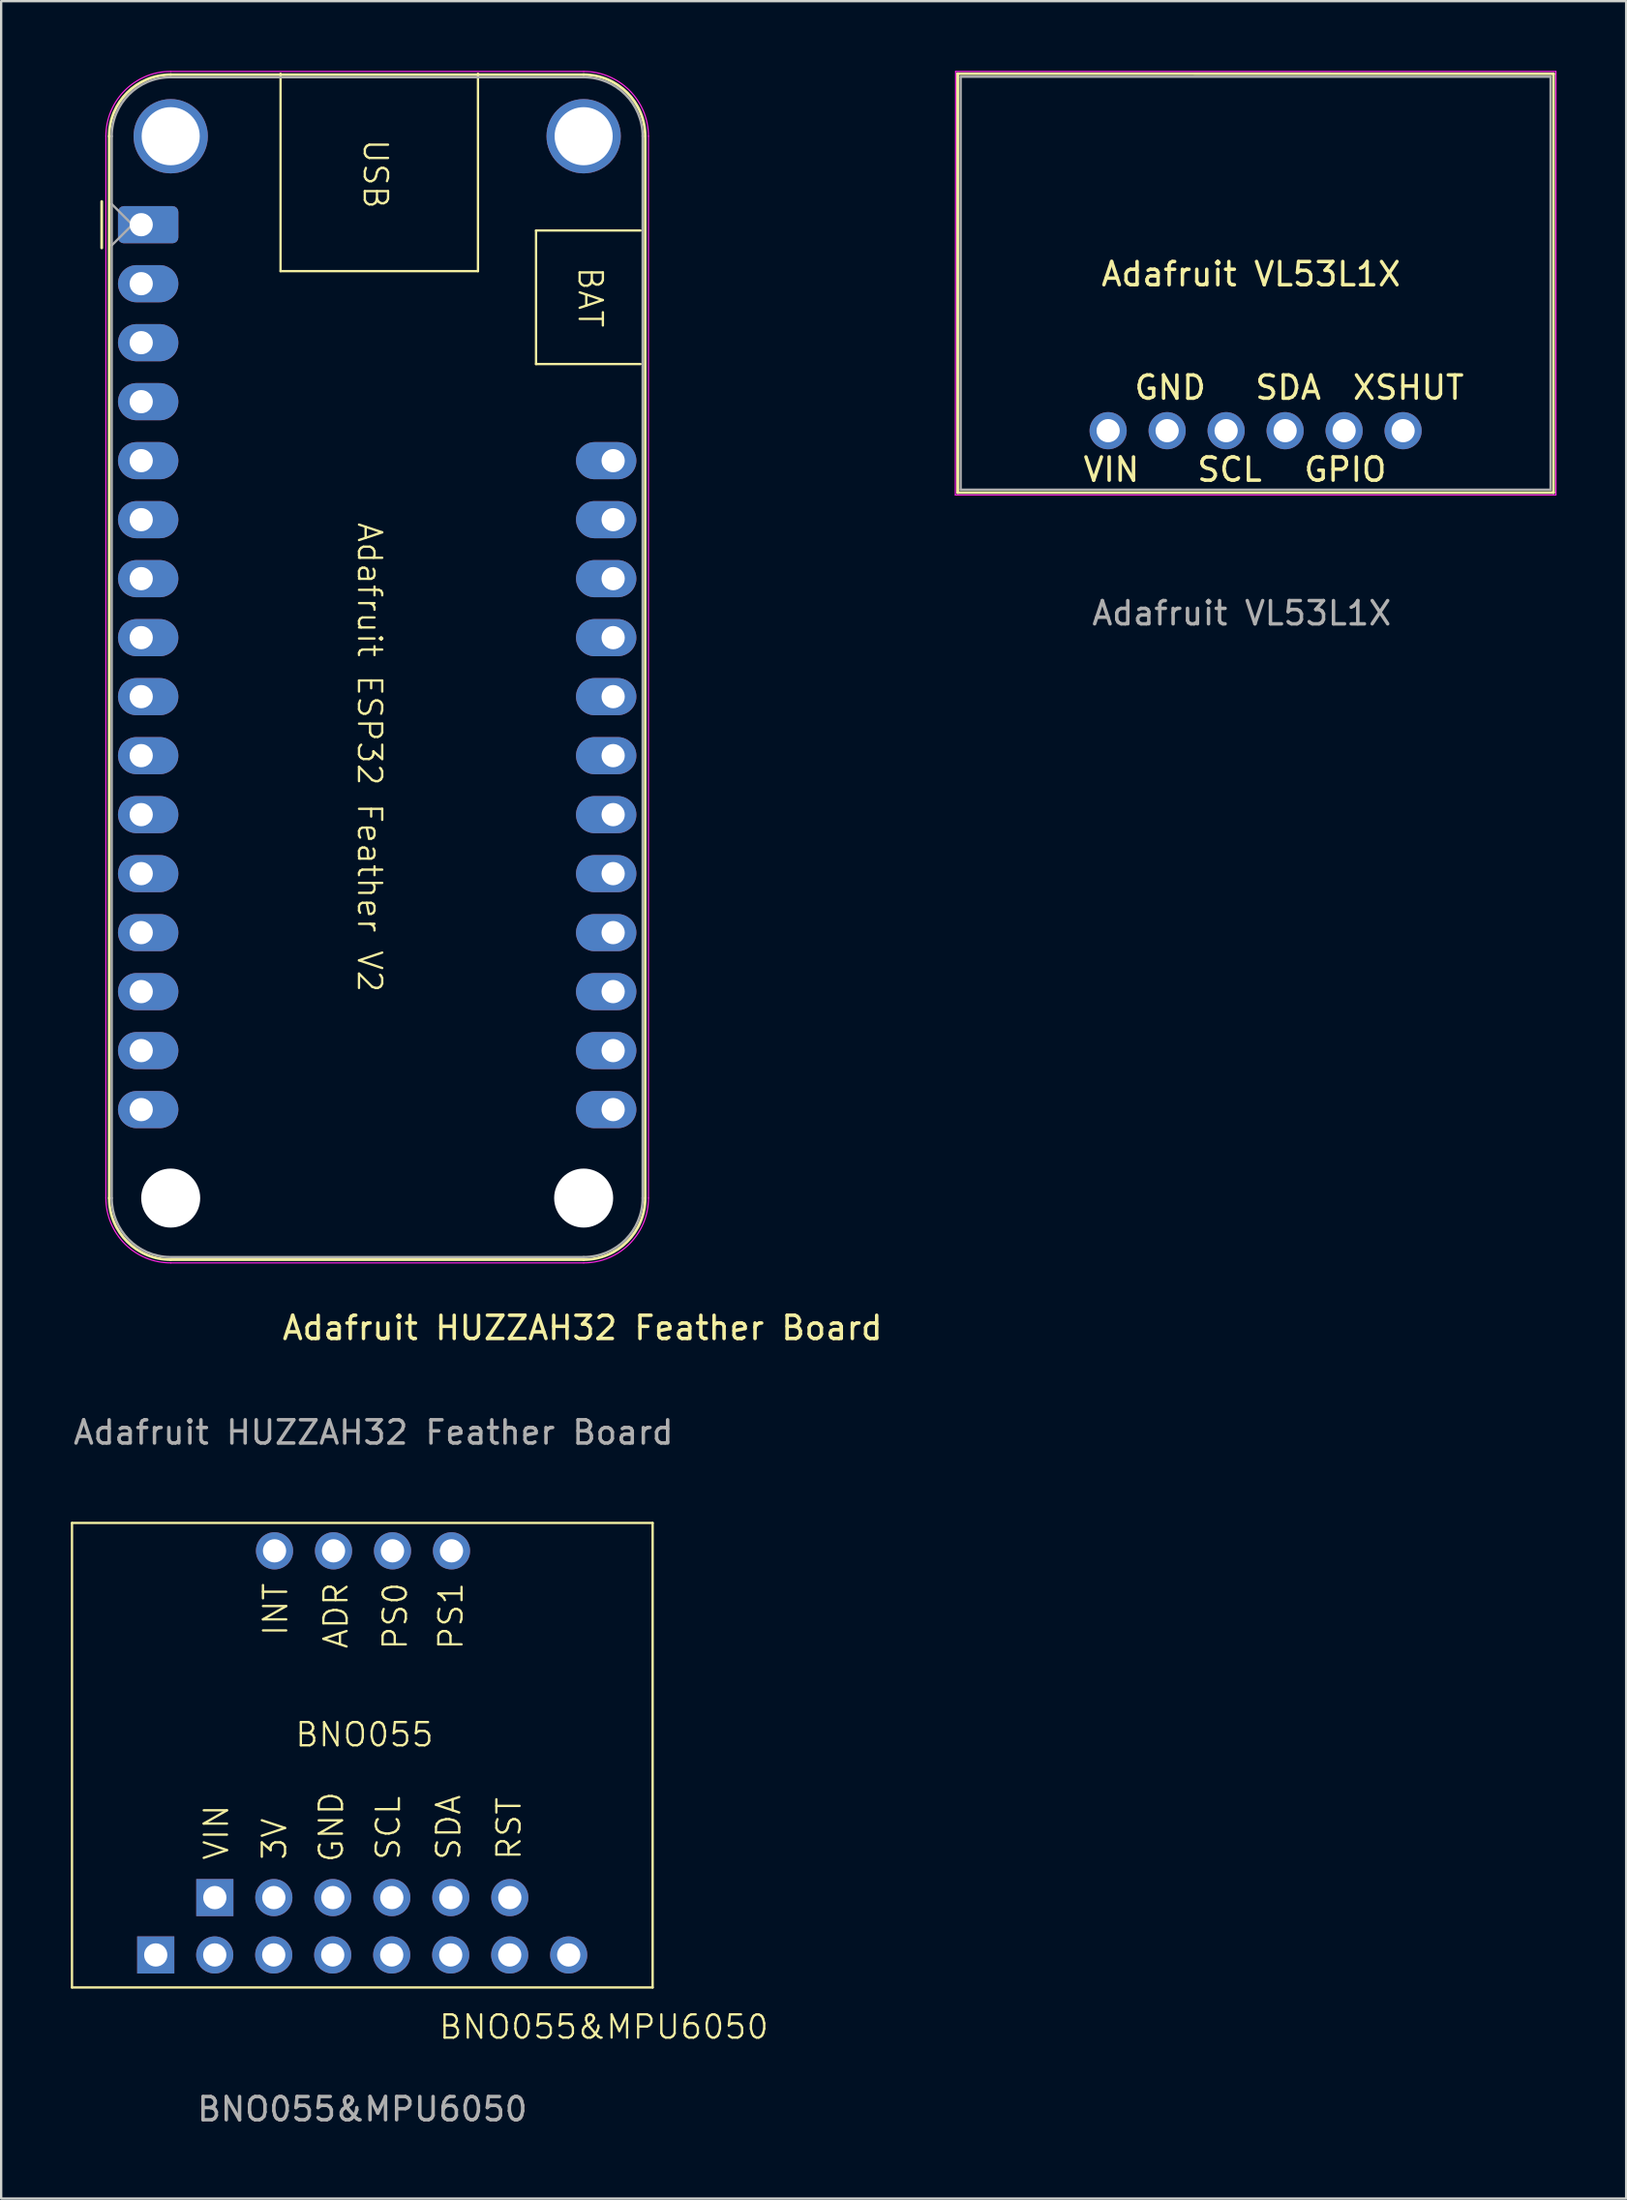
<source format=kicad_pcb>
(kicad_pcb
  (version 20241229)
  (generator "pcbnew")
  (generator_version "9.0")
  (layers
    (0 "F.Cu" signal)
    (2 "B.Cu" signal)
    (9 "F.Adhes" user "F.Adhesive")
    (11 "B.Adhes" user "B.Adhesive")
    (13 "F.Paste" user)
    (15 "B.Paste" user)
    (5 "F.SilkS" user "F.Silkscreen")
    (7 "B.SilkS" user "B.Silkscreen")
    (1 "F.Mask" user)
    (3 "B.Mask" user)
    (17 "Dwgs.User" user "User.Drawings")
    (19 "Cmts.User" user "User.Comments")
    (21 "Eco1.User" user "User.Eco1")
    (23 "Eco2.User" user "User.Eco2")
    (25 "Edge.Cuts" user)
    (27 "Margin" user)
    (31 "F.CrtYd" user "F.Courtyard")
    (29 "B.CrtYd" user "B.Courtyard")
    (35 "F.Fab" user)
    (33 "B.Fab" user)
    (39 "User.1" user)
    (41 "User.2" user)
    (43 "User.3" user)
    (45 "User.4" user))
  (footprint "Adafruit HUZZAH32 Feather Board"
    (layer "F.Cu")
    (at 3.03 6.625)
    (property "Reference" "Adafruit HUZZAH32 Feather Board" (at 19 47.5 0) (layer "F.SilkS") (effects (font (size 1 1) (thickness 0.15))))
    (attr through_hole)
    (fp_line (start -1.7 1) (end -1.7 -1) (stroke (width 0.12) (type solid)) (layer "F.SilkS"))
    (fp_line (start -1.38 -3.81) (end -1.38 41.91) (stroke (width 0.12) (type solid)) (layer "F.SilkS"))
    (fp_line (start 6 -6.5) (end 6 2) (stroke (width 0.1) (type default)) (layer "F.SilkS"))
    (fp_line (start 6 2) (end 14.5 2) (stroke (width 0.1) (type default)) (layer "F.SilkS"))
    (fp_line (start 14.5 2) (end 14.5 -6.5) (stroke (width 0.1) (type default)) (layer "F.SilkS"))
    (fp_line (start 17 0.25) (end 21.5 0.25) (stroke (width 0.1) (type default)) (layer "F.SilkS"))
    (fp_line (start 17 6) (end 17 0.25) (stroke (width 0.1) (type default)) (layer "F.SilkS"))
    (fp_line (start 19.05 -6.46) (end 1.27 -6.46) (stroke (width 0.12) (type solid)) (layer "F.SilkS"))
    (fp_line (start 19.05 44.56) (end 1.27 44.56) (stroke (width 0.12) (type solid)) (layer "F.SilkS"))
    (fp_line (start 21.5 6) (end 17 6) (stroke (width 0.1) (type default)) (layer "F.SilkS"))
    (fp_line (start 21.7 -3.81) (end 21.7 41.91) (stroke (width 0.12) (type solid)) (layer "F.SilkS"))
    (fp_arc (start -1.38 -3.81) (mid -0.603833 -5.683833) (end 1.27 -6.46) (stroke (width 0.12) (type solid)) (layer "F.SilkS"))
    (fp_arc (start 1.27 44.56) (mid -0.603833 43.783833) (end -1.38 41.91) (stroke (width 0.12) (type solid)) (layer "F.SilkS"))
    (fp_arc (start 19.05 -6.46) (mid 20.923833 -5.683833) (end 21.7 -3.81) (stroke (width 0.12) (type solid)) (layer "F.SilkS"))
    (fp_arc (start 21.7 41.91) (mid 20.923833 43.783833) (end 19.05 44.56) (stroke (width 0.12) (type solid)) (layer "F.SilkS"))
    (fp_line (start -1.52 41.91) (end -1.52 -3.81) (stroke (width 0.05) (type solid)) (layer "F.CrtYd"))
    (fp_line (start 19.05 -6.6) (end 1.27 -6.6) (stroke (width 0.05) (type solid)) (layer "F.CrtYd"))
    (fp_line (start 19.05 44.7) (end 1.27 44.7) (stroke (width 0.05) (type solid)) (layer "F.CrtYd"))
    (fp_line (start 21.84 41.91) (end 21.84 -3.81) (stroke (width 0.05) (type solid)) (layer "F.CrtYd"))
    (fp_arc (start -1.52 -3.81) (mid -0.702828 -5.782828) (end 1.27 -6.6) (stroke (width 0.05) (type solid)) (layer "F.CrtYd"))
    (fp_arc (start 1.27 44.7) (mid -0.702828 43.882828) (end -1.52 41.91) (stroke (width 0.05) (type solid)) (layer "F.CrtYd"))
    (fp_arc (start 19.05 -6.6) (mid 21.022828 -5.782828) (end 21.84 -3.81) (stroke (width 0.05) (type solid)) (layer "F.CrtYd"))
    (fp_arc (start 21.84 41.91) (mid 21.022828 43.882828) (end 19.05 44.7) (stroke (width 0.05) (type solid)) (layer "F.CrtYd"))
    (fp_line (start -1.27 -3.81) (end -1.27 41.91) (stroke (width 0.1) (type solid)) (layer "F.Fab"))
    (fp_line (start -1.27 -0.889) (end -0.381 0) (stroke (width 0.1) (type solid)) (layer "F.Fab"))
    (fp_line (start -0.381 0) (end -1.27 0.889) (stroke (width 0.1) (type solid)) (layer "F.Fab"))
    (fp_line (start 1.27 44.45) (end 19.05 44.45) (stroke (width 0.1) (type solid)) (layer "F.Fab"))
    (fp_line (start 19.05 -6.35) (end 1.27 -6.35) (stroke (width 0.1) (type solid)) (layer "F.Fab"))
    (fp_line (start 21.59 41.91) (end 21.59 -3.81) (stroke (width 0.1) (type solid)) (layer "F.Fab"))
    (fp_arc (start -1.27 -3.81) (mid -0.526051 -5.606051) (end 1.27 -6.35) (stroke (width 0.1) (type solid)) (layer "F.Fab"))
    (fp_arc (start 1.221238 44.449532) (mid -0.543209 43.688728) (end -1.27 41.91) (stroke (width 0.1) (type solid)) (layer "F.Fab"))
    (fp_arc (start 19.05 -6.35) (mid 20.846051 -5.606051) (end 21.59 -3.81) (stroke (width 0.1) (type solid)) (layer "F.Fab"))
    (fp_arc (start 21.59 41.91) (mid 20.846051 43.706051) (end 19.05 44.45) (stroke (width 0.1) (type solid)) (layer "F.Fab"))
    (fp_text user "Adafruit ESP32 Feather V2" (at 9.25 12.75 270) (unlocked yes) (layer "F.SilkS") (effects (font (size 1 1) (thickness 0.1)) (justify left bottom)))
    (fp_text user "USB" (at 9.5 -3.75 270) (unlocked yes) (layer "F.SilkS") (effects (font (size 1 1) (thickness 0.1)) (justify left bottom)))
    (fp_text user "BAT" (at 18.75 1.75 270) (unlocked yes) (layer "F.SilkS") (effects (font (size 1 1) (thickness 0.1)) (justify left bottom)))
    (fp_text user "${REFERENCE}" (at 10 52 0) (layer "F.Fab") (effects (font (size 1 1) (thickness 0.15))))
    (pad "" np_thru_hole circle (at 1.27 -3.81 270) (size 3.2 3.2) (drill 2.5) (layers "*.Cu" "*.Mask"))
    (pad "" np_thru_hole circle (at 1.27 41.91 270) (size 2.54 2.54) (drill 2.54) (layers "*.Cu" "*.Mask"))
    (pad "" np_thru_hole circle (at 19.05 -3.81 270) (size 3.2 3.2) (drill 2.5) (layers "*.Cu" "*.Mask"))
    (pad "" np_thru_hole circle (at 19.05 41.91 270) (size 2.54 2.54) (drill 2.54) (layers "*.Cu" "*.Mask"))
    (pad "1" thru_hole roundrect (at 0 0) (size 2.6 1.6) (drill 1 (offset 0.3 0)) (layers "*.Cu" "*.Mask") (roundrect_rratio 0.156))
    (pad "2" thru_hole oval (at 0 2.54) (size 2.6 1.6) (drill 1 (offset 0.3 0)) (layers "*.Cu" "*.Mask"))
    (pad "3" thru_hole oval (at 0 5.08) (size 2.6 1.6) (drill 1 (offset 0.3 0)) (layers "*.Cu" "*.Mask"))
    (pad "4" thru_hole oval (at 0 7.62) (size 2.6 1.6) (drill 1 (offset 0.3 0)) (layers "*.Cu" "*.Mask"))
    (pad "5" thru_hole oval (at 0 10.16) (size 2.6 1.6) (drill 1 (offset 0.3 0)) (layers "*.Cu" "*.Mask"))
    (pad "6" thru_hole oval (at 0 12.7) (size 2.6 1.6) (drill 1 (offset 0.3 0)) (layers "*.Cu" "*.Mask"))
    (pad "7" thru_hole oval (at 0 15.24) (size 2.6 1.6) (drill 1 (offset 0.3 0)) (layers "*.Cu" "*.Mask"))
    (pad "8" thru_hole oval (at 0 17.78) (size 2.6 1.6) (drill 1 (offset 0.3 0)) (layers "*.Cu" "*.Mask"))
    (pad "9" thru_hole oval (at 0 20.32) (size 2.6 1.6) (drill 1 (offset 0.3 0)) (layers "*.Cu" "*.Mask"))
    (pad "10" thru_hole oval (at 0 22.86) (size 2.6 1.6) (drill 1 (offset 0.3 0)) (layers "*.Cu" "*.Mask"))
    (pad "11" thru_hole oval (at 0 25.4) (size 2.6 1.6) (drill 1 (offset 0.3 0)) (layers "*.Cu" "*.Mask"))
    (pad "12" thru_hole oval (at 0 27.94) (size 2.6 1.6) (drill 1 (offset 0.3 0)) (layers "*.Cu" "*.Mask"))
    (pad "13" thru_hole oval (at 0 30.48) (size 2.6 1.6) (drill 1 (offset 0.3 0)) (layers "*.Cu" "*.Mask"))
    (pad "14" thru_hole oval (at 0 33.02) (size 2.6 1.6) (drill 1 (offset 0.3 0)) (layers "*.Cu" "*.Mask"))
    (pad "15" thru_hole oval (at 0 35.56) (size 2.6 1.6) (drill 1 (offset 0.3 0)) (layers "*.Cu" "*.Mask"))
    (pad "16" thru_hole oval (at 0 38.1) (size 2.6 1.6) (drill 1 (offset 0.3 0)) (layers "*.Cu" "*.Mask"))
    (pad "17" thru_hole oval (at 20.32 38.1 180) (size 2.6 1.6) (drill 1 (offset 0.3 0)) (layers "*.Cu" "*.Mask"))
    (pad "18" thru_hole oval (at 20.32 35.56 180) (size 2.6 1.6) (drill 1 (offset 0.3 0)) (layers "*.Cu" "*.Mask"))
    (pad "19" thru_hole oval (at 20.32 33.02 180) (size 2.6 1.6) (drill 1 (offset 0.3 0)) (layers "*.Cu" "*.Mask"))
    (pad "20" thru_hole oval (at 20.32 30.48 180) (size 2.6 1.6) (drill 1 (offset 0.3 0)) (layers "*.Cu" "*.Mask"))
    (pad "21" thru_hole oval (at 20.32 27.94 180) (size 2.6 1.6) (drill 1 (offset 0.3 0)) (layers "*.Cu" "*.Mask"))
    (pad "22" thru_hole oval (at 20.32 25.4 180) (size 2.6 1.6) (drill 1 (offset 0.3 0)) (layers "*.Cu" "*.Mask"))
    (pad "23" thru_hole oval (at 20.32 22.86 180) (size 2.6 1.6) (drill 1 (offset 0.3 0)) (layers "*.Cu" "*.Mask"))
    (pad "24" thru_hole oval (at 20.32 20.32 180) (size 2.6 1.6) (drill 1 (offset 0.3 0)) (layers "*.Cu" "*.Mask"))
    (pad "25" thru_hole oval (at 20.32 17.78 180) (size 2.6 1.6) (drill 1 (offset 0.3 0)) (layers "*.Cu" "*.Mask"))
    (pad "26" thru_hole oval (at 20.32 15.24 180) (size 2.6 1.6) (drill 1 (offset 0.3 0)) (layers "*.Cu" "*.Mask"))
    (pad "27" thru_hole oval (at 20.32 12.7 180) (size 2.6 1.6) (drill 1 (offset 0.3 0)) (layers "*.Cu" "*.Mask"))
    (pad "28" thru_hole oval (at 20.32 10.16 180) (size 2.6 1.6) (drill 1 (offset 0.3 0)) (layers "*.Cu" "*.Mask")))
  (footprint "BNO055&MPU6050"
    (layer "F.Cu")
    (at 12.55 72.523)
    (property "Reference" "BNO055&MPU6050" (at 10.4 11.7 0) (unlocked yes) (layer "F.SilkS") (effects (font (size 1 1) (thickness 0.1))))
    (attr through_hole)
    (fp_line (start -12.5 -10) (end 12.5 -10) (stroke (width 0.1) (type default)) (layer "F.SilkS"))
    (fp_line (start -12.5 10) (end -12.5 -10) (stroke (width 0.1) (type default)) (layer "F.SilkS"))
    (fp_line (start 12.5 -10) (end 12.5 10) (stroke (width 0.1) (type default)) (layer "F.SilkS"))
    (fp_line (start 12.5 10) (end -12.5 10) (stroke (width 0.1) (type default)) (layer "F.SilkS"))
    (fp_text user "SCL" (at 1.7 4.58 90) (unlocked yes) (layer "F.SilkS") (effects (font (size 1 1) (thickness 0.1)) (justify left bottom)))
    (fp_text user "ADR" (at -0.55 -4.52 90) (unlocked yes) (layer "F.SilkS") (effects (font (size 1 1) (thickness 0.1)) (justify left bottom)))
    (fp_text user "BNO055" (at -2.95 -0.3 0) (unlocked yes) (layer "F.SilkS") (effects (font (size 1 1) (thickness 0.1)) (justify left bottom)))
    (fp_text user "PS0" (at 2 -4.47 90) (unlocked yes) (layer "F.SilkS") (effects (font (size 1 1) (thickness 0.1)) (justify left bottom)))
    (fp_text user "VIN" (at -5.7 4.58 90) (unlocked yes) (layer "F.SilkS") (effects (font (size 1 1) (thickness 0.1)) (justify left bottom)))
    (fp_text user "RST" (at 6.9 4.58 90) (unlocked yes) (layer "F.SilkS") (effects (font (size 1 1) (thickness 0.1)) (justify left bottom)))
    (fp_text user "SDA" (at 4.3 4.58 90) (unlocked yes) (layer "F.SilkS") (effects (font (size 1 1) (thickness 0.1)) (justify left bottom)))
    (fp_text user "INT" (at -3.15 -5.07 90) (unlocked yes) (layer "F.SilkS") (effects (font (size 1 1) (thickness 0.1)) (justify left bottom)))
    (fp_text user "GND" (at -0.75 4.68 90) (unlocked yes) (layer "F.SilkS") (effects (font (size 1 1) (thickness 0.1)) (justify left bottom)))
    (fp_text user "3V" (at -3.2 4.58 90) (unlocked yes) (layer "F.SilkS") (effects (font (size 1 1) (thickness 0.1)) (justify left bottom)))
    (fp_text user "PS1" (at 4.4 -4.47 90) (unlocked yes) (layer "F.SilkS") (effects (font (size 1 1) (thickness 0.1)) (justify left bottom)))
    (fp_text user "${REFERENCE}" (at 0 15.24 0) (unlocked yes) (layer "F.Fab") (effects (font (size 1 1) (thickness 0.15))))
    (pad "2" thru_hole circle (at -6.354 8.6) (size 1.6 1.6) (drill 1) (layers "*.Cu" "*.Mask"))
    (pad "2" thru_hole circle (at -1.27 6.13) (size 1.6 1.6) (drill 1) (layers "*.Cu" "*.Mask"))
    (pad "3" thru_hole rect (at -8.894 8.6) (size 1.6 1.6) (drill 1) (layers "*.Cu" "*.Mask"))
    (pad "3" thru_hole rect (at -6.35 6.13) (size 1.6 1.6) (drill 1) (layers "*.Cu" "*.Mask"))
    (pad "4" thru_hole circle (at -3.81 6.13) (size 1.6 1.6) (drill 1) (layers "*.Cu" "*.Mask"))
    (pad "5" thru_hole circle (at 3.84 -8.8) (size 1.6 1.6) (drill 1) (layers "*.Cu" "*.Mask"))
    (pad "6" thru_hole circle (at 1.3 -8.8) (size 1.6 1.6) (drill 1) (layers "*.Cu" "*.Mask"))
    (pad "11" thru_hole circle (at 6.35 6.13) (size 1.6 1.6) (drill 1) (layers "*.Cu" "*.Mask"))
    (pad "14" thru_hole circle (at -3.78 -8.8) (size 1.6 1.6) (drill 1) (layers "*.Cu" "*.Mask"))
    (pad "17" thru_hole circle (at -1.24 -8.8) (size 1.6 1.6) (drill 1) (layers "*.Cu" "*.Mask"))
    (pad "19" thru_hole circle (at -3.814 8.6) (size 1.6 1.6) (drill 1) (layers "*.Cu" "*.Mask"))
    (pad "19" thru_hole circle (at 1.27 6.13) (size 1.6 1.6) (drill 1) (layers "*.Cu" "*.Mask"))
    (pad "20" thru_hole circle (at -1.274 8.6) (size 1.6 1.6) (drill 1) (layers "*.Cu" "*.Mask"))
    (pad "20" thru_hole circle (at 3.81 6.13) (size 1.6 1.6) (drill 1) (layers "*.Cu" "*.Mask"))
    (pad "22" thru_hole circle (at 1.266 8.6) (size 1.6 1.6) (drill 1) (layers "*.Cu" "*.Mask"))
    (pad "23" thru_hole circle (at 3.806 8.6) (size 1.6 1.6) (drill 1) (layers "*.Cu" "*.Mask"))
    (pad "24" thru_hole circle (at 6.346 8.6) (size 1.6 1.6) (drill 1) (layers "*.Cu" "*.Mask"))
    (pad "25" thru_hole circle (at 8.886 8.6) (size 1.6 1.6) (drill 1) (layers "*.Cu" "*.Mask"))
    (zone (net_name "") (layer "F.SilkS") (hatch edge 0.5) (connect_pads) (min_thickness 0.25) (filled_areas_thickness no) (keepout (tracks allowed) (vias allowed) (pads not_allowed) (copperpour allowed) (footprints not_allowed)) (placement (enabled no)) (fill) (polygon (pts (xy 0.05 62.523) (xy 25.05 62.523) (xy 25.05 82.523) (xy 0.05 82.523)))))
  (footprint "Adafruit VL53L1X"
    (layer "F.Cu")
    (at 38.313 0.254)
    (property "Reference" "Adafruit VL53L1X" (at 12.5 8.5 180) (layer "F.SilkS") (effects (font (size 1 1) (thickness 0.15))))
    (attr through_hole)
    (fp_line (start -0.127 -0.13) (end -0.127 17.907) (stroke (width 0.12) (type solid)) (layer "F.SilkS"))
    (fp_line (start -0.127 17.907) (end 25.527 17.907) (stroke (width 0.12) (type solid)) (layer "F.SilkS"))
    (fp_line (start 25.527 -0.127) (end -0.127 -0.13) (stroke (width 0.12) (type solid)) (layer "F.SilkS"))
    (fp_line (start 25.527 17.907) (end 25.527 -0.127) (stroke (width 0.12) (type solid)) (layer "F.SilkS"))
    (fp_line (start -0.229 18.009) (end -0.217 -0.229) (stroke (width 0.05) (type solid)) (layer "F.CrtYd"))
    (fp_line (start -0.229 18.009) (end 25.629 18.009) (stroke (width 0.05) (type solid)) (layer "F.CrtYd"))
    (fp_line (start 25.629 -0.229) (end -0.217 -0.229) (stroke (width 0.05) (type solid)) (layer "F.CrtYd"))
    (fp_line (start 25.629 -0.229) (end 25.629 18.009) (stroke (width 0.05) (type solid)) (layer "F.CrtYd"))
    (fp_line (start 0 0) (end 25.4 0) (stroke (width 0.1) (type solid)) (layer "F.Fab"))
    (fp_line (start 0 17.78) (end 0 0) (stroke (width 0.1) (type solid)) (layer "F.Fab"))
    (fp_line (start 25.4 0) (end 25.4 17.78) (stroke (width 0.1) (type solid)) (layer "F.Fab"))
    (fp_line (start 25.4 17.78) (end 0 17.78) (stroke (width 0.1) (type solid)) (layer "F.Fab"))
    (fp_text user "SCL" (at 10.1 17.5 0) (unlocked yes) (layer "F.SilkS") (effects (font (size 1 1) (thickness 0.15)) (justify left bottom)))
    (fp_text user "GND" (at 7.4 13.97 0) (unlocked yes) (layer "F.SilkS") (effects (font (size 1 1) (thickness 0.15)) (justify left bottom)))
    (fp_text user "VIN" (at 5.2 17.5 0) (unlocked yes) (layer "F.SilkS") (effects (font (size 1 1) (thickness 0.15)) (justify left bottom)))
    (fp_text user "GPIO" (at 14.7 17.5 0) (unlocked yes) (layer "F.SilkS") (effects (font (size 1 1) (thickness 0.15)) (justify left bottom)))
    (fp_text user "XSHUT" (at 16.8 13.97 0) (unlocked yes) (layer "F.SilkS") (effects (font (size 1 1) (thickness 0.15)) (justify left bottom)))
    (fp_text user "SDA" (at 12.6 13.97 0) (unlocked yes) (layer "F.SilkS") (effects (font (size 1 1) (thickness 0.15)) (justify left bottom)))
    (fp_text user "${REFERENCE}" (at 12.1 23.1 180) (layer "F.Fab") (effects (font (size 1 1) (thickness 0.15))))
    (pad "1" thru_hole oval (at 6.35 15.24 90) (size 1.6 1.6) (drill 1) (layers "*.Cu" "*.Mask"))
    (pad "2" thru_hole oval (at 8.89 15.24 90) (size 1.6 1.6) (drill 1) (layers "*.Cu" "*.Mask"))
    (pad "3" thru_hole oval (at 11.43 15.24 90) (size 1.6 1.6) (drill 1) (layers "*.Cu" "*.Mask"))
    (pad "4" thru_hole oval (at 13.97 15.24 90) (size 1.6 1.6) (drill 1) (layers "*.Cu" "*.Mask"))
    (pad "5" thru_hole oval (at 16.51 15.24 90) (size 1.6 1.6) (drill 1) (layers "*.Cu" "*.Mask"))
    (pad "6" thru_hole oval (at 19.05 15.24 90) (size 1.6 1.6) (drill 1) (layers "*.Cu" "*.Mask")))
  (gr_rect
    (start -3 -3)
    (end 66.967 91.612)
    (stroke (width 0.1) (type default))
    (fill no)
    (layer "Edge.Cuts")))
</source>
